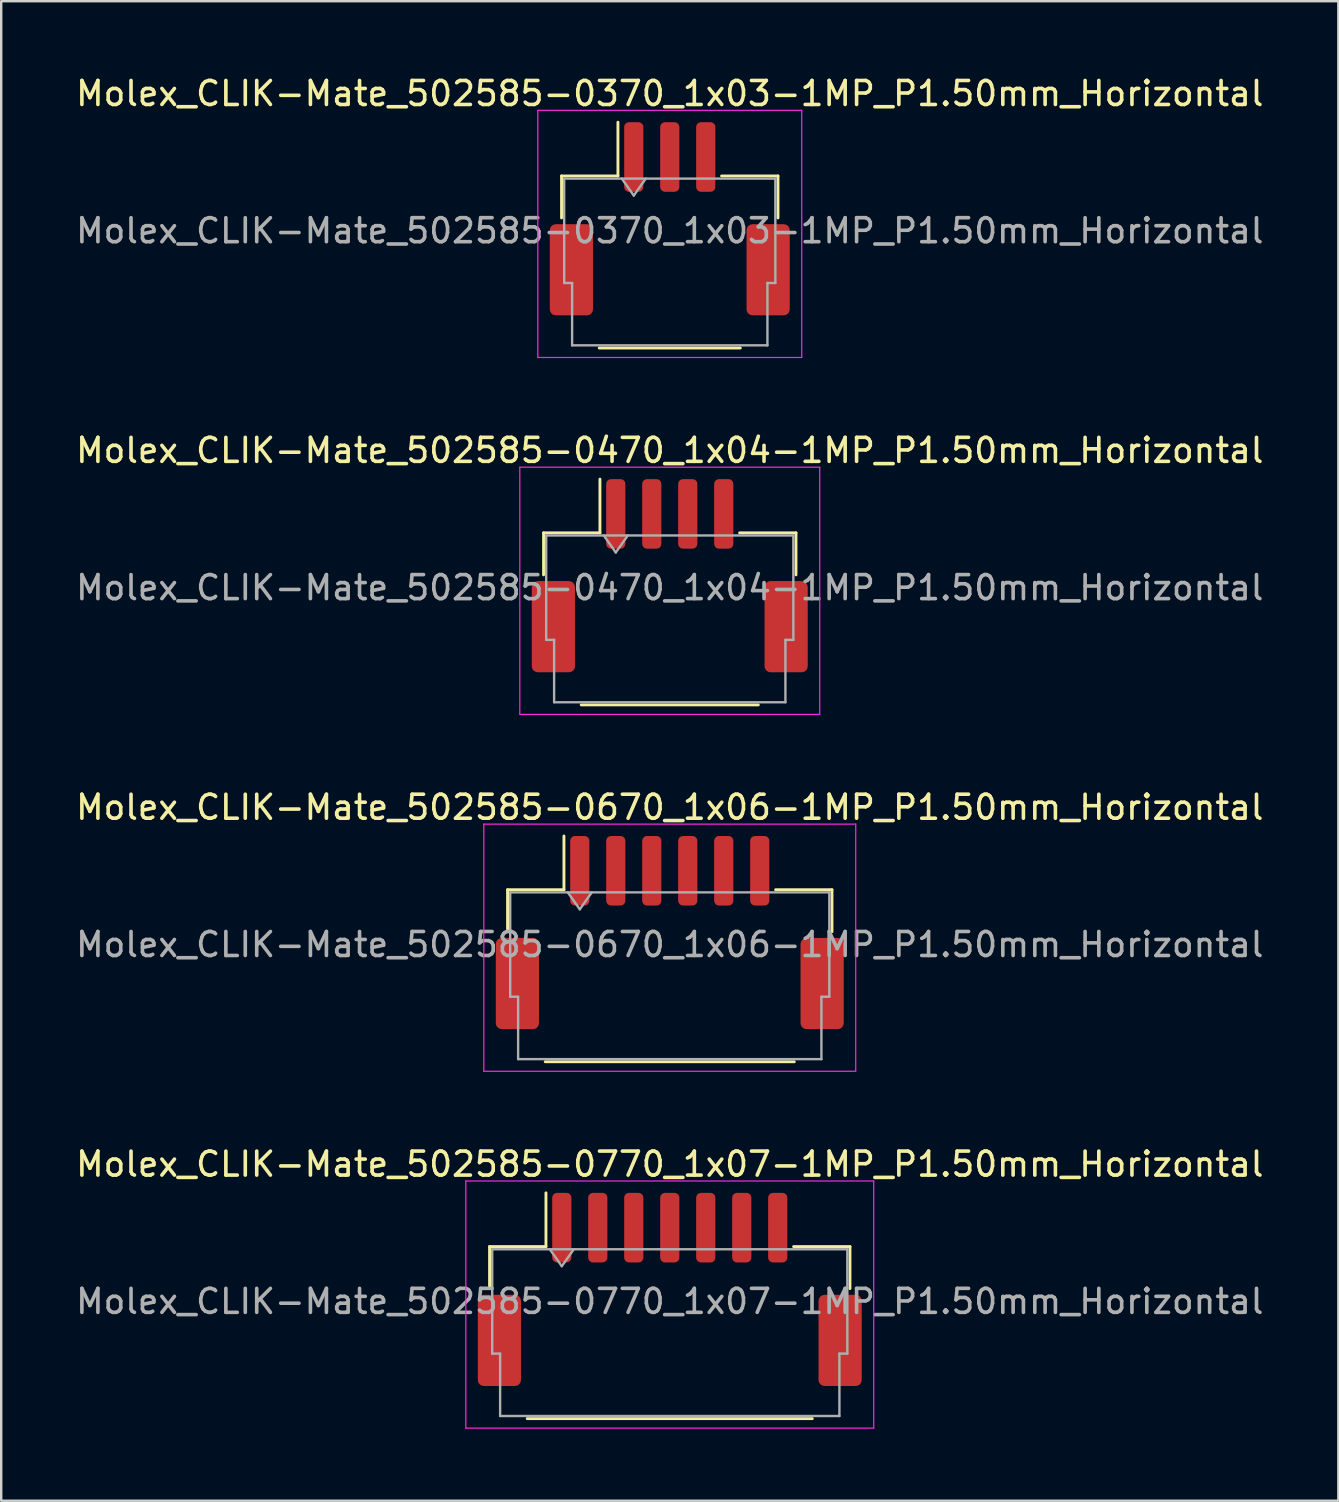
<source format=kicad_pcb>
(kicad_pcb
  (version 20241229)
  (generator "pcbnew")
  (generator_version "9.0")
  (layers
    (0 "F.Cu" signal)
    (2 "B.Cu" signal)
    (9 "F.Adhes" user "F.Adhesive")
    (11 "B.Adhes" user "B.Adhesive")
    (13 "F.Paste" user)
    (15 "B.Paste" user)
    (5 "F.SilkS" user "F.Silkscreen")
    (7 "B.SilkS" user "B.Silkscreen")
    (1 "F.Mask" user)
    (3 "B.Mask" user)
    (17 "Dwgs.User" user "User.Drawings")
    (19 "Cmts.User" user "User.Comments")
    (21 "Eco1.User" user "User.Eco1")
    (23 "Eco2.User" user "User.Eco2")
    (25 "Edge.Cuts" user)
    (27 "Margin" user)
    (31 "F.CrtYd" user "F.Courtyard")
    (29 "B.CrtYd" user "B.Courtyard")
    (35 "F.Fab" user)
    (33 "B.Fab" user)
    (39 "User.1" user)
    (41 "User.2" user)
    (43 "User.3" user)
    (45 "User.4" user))
  (footprint "Molex_CLIK-Mate_502585-0370_1x03-1MP_P1.50mm_Horizontal"
    (layer "F.Cu")
    (at 24.863 6.068)
    (property "Reference" "Molex_CLIK-Mate_502585-0370_1x03-1MP_P1.50mm_Horizontal" (at 0 -5.22 0) (layer "F.SilkS") (effects (font (size 1 1) (thickness 0.15))))
    (attr smd)
    (fp_line (start -4.51 -1.785) (end -2.16 -1.785) (stroke (width 0.12) (type solid)) (layer "F.SilkS"))
    (fp_line (start -4.51 -0.035) (end -4.51 -1.785) (stroke (width 0.12) (type solid)) (layer "F.SilkS"))
    (fp_line (start -2.94 5.385) (end 2.94 5.385) (stroke (width 0.12) (type solid)) (layer "F.SilkS"))
    (fp_line (start -2.16 -1.785) (end -2.16 -4.025) (stroke (width 0.12) (type solid)) (layer "F.SilkS"))
    (fp_line (start 4.51 -1.785) (end 2.16 -1.785) (stroke (width 0.12) (type solid)) (layer "F.SilkS"))
    (fp_line (start 4.51 -0.035) (end 4.51 -1.785) (stroke (width 0.12) (type solid)) (layer "F.SilkS"))
    (fp_line (start -5.5 -4.52) (end -5.5 5.78) (stroke (width 0.05) (type solid)) (layer "F.CrtYd"))
    (fp_line (start -5.5 5.78) (end 5.5 5.78) (stroke (width 0.05) (type solid)) (layer "F.CrtYd"))
    (fp_line (start 5.5 -4.52) (end -5.5 -4.52) (stroke (width 0.05) (type solid)) (layer "F.CrtYd"))
    (fp_line (start 5.5 5.78) (end 5.5 -4.52) (stroke (width 0.05) (type solid)) (layer "F.CrtYd"))
    (fp_line (start -4.4 -1.675) (end -4.4 2.675) (stroke (width 0.1) (type solid)) (layer "F.Fab"))
    (fp_line (start -4.4 -1.675) (end 4.4 -1.675) (stroke (width 0.1) (type solid)) (layer "F.Fab"))
    (fp_line (start -4.4 2.675) (end -4.07 2.675) (stroke (width 0.1) (type solid)) (layer "F.Fab"))
    (fp_line (start -4.07 2.675) (end -4.07 5.275) (stroke (width 0.1) (type solid)) (layer "F.Fab"))
    (fp_line (start -4.07 5.275) (end 4.07 5.275) (stroke (width 0.1) (type solid)) (layer "F.Fab"))
    (fp_line (start -2 -1.675) (end -1.5 -0.968) (stroke (width 0.1) (type solid)) (layer "F.Fab"))
    (fp_line (start -1.5 -0.968) (end -1 -1.675) (stroke (width 0.1) (type solid)) (layer "F.Fab"))
    (fp_line (start 4.07 2.675) (end 4.4 2.675) (stroke (width 0.1) (type solid)) (layer "F.Fab"))
    (fp_line (start 4.07 5.275) (end 4.07 2.675) (stroke (width 0.1) (type solid)) (layer "F.Fab"))
    (fp_line (start 4.4 -1.675) (end 4.4 2.675) (stroke (width 0.1) (type solid)) (layer "F.Fab"))
    (fp_text user "${REFERENCE}" (at 0 0.5 0) (layer "F.Fab") (effects (font (size 1 1) (thickness 0.15))))
    (pad "1" smd roundrect (at -1.5 -2.575) (size 0.8 2.9) (layers "F.Cu" "F.Mask" "F.Paste") (roundrect_rratio 0.25))
    (pad "2" smd roundrect (at 0 -2.575) (size 0.8 2.9) (layers "F.Cu" "F.Mask" "F.Paste") (roundrect_rratio 0.25))
    (pad "3" smd roundrect (at 1.5 -2.575) (size 0.8 2.9) (layers "F.Cu" "F.Mask" "F.Paste") (roundrect_rratio 0.25))
    (pad "MP" smd roundrect (at -4.1 2.125) (size 1.8 3.8) (layers "F.Cu" "F.Mask" "F.Paste") (roundrect_rratio 0.139))
    (pad "MP" smd roundrect (at 4.1 2.125) (size 1.8 3.8) (layers "F.Cu" "F.Mask" "F.Paste") (roundrect_rratio 0.139)))
  (footprint "Molex_CLIK-Mate_502585-0470_1x04-1MP_P1.50mm_Horizontal"
    (layer "F.Cu")
    (at 24.863 20.942)
    (property "Reference" "Molex_CLIK-Mate_502585-0470_1x04-1MP_P1.50mm_Horizontal" (at 0 -5.22 0) (layer "F.SilkS") (effects (font (size 1 1) (thickness 0.15))))
    (attr smd)
    (fp_line (start -5.26 -1.785) (end -2.91 -1.785) (stroke (width 0.12) (type solid)) (layer "F.SilkS"))
    (fp_line (start -5.26 -0.035) (end -5.26 -1.785) (stroke (width 0.12) (type solid)) (layer "F.SilkS"))
    (fp_line (start -3.69 5.385) (end 3.69 5.385) (stroke (width 0.12) (type solid)) (layer "F.SilkS"))
    (fp_line (start -2.91 -1.785) (end -2.91 -4.025) (stroke (width 0.12) (type solid)) (layer "F.SilkS"))
    (fp_line (start 5.26 -1.785) (end 2.91 -1.785) (stroke (width 0.12) (type solid)) (layer "F.SilkS"))
    (fp_line (start 5.26 -0.035) (end 5.26 -1.785) (stroke (width 0.12) (type solid)) (layer "F.SilkS"))
    (fp_line (start -6.25 -4.52) (end -6.25 5.78) (stroke (width 0.05) (type solid)) (layer "F.CrtYd"))
    (fp_line (start -6.25 5.78) (end 6.25 5.78) (stroke (width 0.05) (type solid)) (layer "F.CrtYd"))
    (fp_line (start 6.25 -4.52) (end -6.25 -4.52) (stroke (width 0.05) (type solid)) (layer "F.CrtYd"))
    (fp_line (start 6.25 5.78) (end 6.25 -4.52) (stroke (width 0.05) (type solid)) (layer "F.CrtYd"))
    (fp_line (start -5.15 -1.675) (end -5.15 2.675) (stroke (width 0.1) (type solid)) (layer "F.Fab"))
    (fp_line (start -5.15 -1.675) (end 5.15 -1.675) (stroke (width 0.1) (type solid)) (layer "F.Fab"))
    (fp_line (start -5.15 2.675) (end -4.82 2.675) (stroke (width 0.1) (type solid)) (layer "F.Fab"))
    (fp_line (start -4.82 2.675) (end -4.82 5.275) (stroke (width 0.1) (type solid)) (layer "F.Fab"))
    (fp_line (start -4.82 5.275) (end 4.82 5.275) (stroke (width 0.1) (type solid)) (layer "F.Fab"))
    (fp_line (start -2.75 -1.675) (end -2.25 -0.968) (stroke (width 0.1) (type solid)) (layer "F.Fab"))
    (fp_line (start -2.25 -0.968) (end -1.75 -1.675) (stroke (width 0.1) (type solid)) (layer "F.Fab"))
    (fp_line (start 4.82 2.675) (end 5.15 2.675) (stroke (width 0.1) (type solid)) (layer "F.Fab"))
    (fp_line (start 4.82 5.275) (end 4.82 2.675) (stroke (width 0.1) (type solid)) (layer "F.Fab"))
    (fp_line (start 5.15 -1.675) (end 5.15 2.675) (stroke (width 0.1) (type solid)) (layer "F.Fab"))
    (fp_text user "${REFERENCE}" (at 0 0.5 0) (layer "F.Fab") (effects (font (size 1 1) (thickness 0.15))))
    (pad "1" smd roundrect (at -2.25 -2.575) (size 0.8 2.9) (layers "F.Cu" "F.Mask" "F.Paste") (roundrect_rratio 0.25))
    (pad "2" smd roundrect (at -0.75 -2.575) (size 0.8 2.9) (layers "F.Cu" "F.Mask" "F.Paste") (roundrect_rratio 0.25))
    (pad "3" smd roundrect (at 0.75 -2.575) (size 0.8 2.9) (layers "F.Cu" "F.Mask" "F.Paste") (roundrect_rratio 0.25))
    (pad "4" smd roundrect (at 2.25 -2.575) (size 0.8 2.9) (layers "F.Cu" "F.Mask" "F.Paste") (roundrect_rratio 0.25))
    (pad "MP" smd roundrect (at -4.85 2.125) (size 1.8 3.8) (layers "F.Cu" "F.Mask" "F.Paste") (roundrect_rratio 0.139))
    (pad "MP" smd roundrect (at 4.85 2.125) (size 1.8 3.8) (layers "F.Cu" "F.Mask" "F.Paste") (roundrect_rratio 0.139)))
  (footprint "Molex_CLIK-Mate_502585-0770_1x07-1MP_P1.50mm_Horizontal"
    (layer "F.Cu")
    (at 24.863 50.688)
    (property "Reference" "Molex_CLIK-Mate_502585-0770_1x07-1MP_P1.50mm_Horizontal" (at 0 -5.22 0) (layer "F.SilkS") (effects (font (size 1 1) (thickness 0.15))))
    (attr smd)
    (fp_line (start -7.51 -1.785) (end -5.16 -1.785) (stroke (width 0.12) (type solid)) (layer "F.SilkS"))
    (fp_line (start -7.51 -0.035) (end -7.51 -1.785) (stroke (width 0.12) (type solid)) (layer "F.SilkS"))
    (fp_line (start -5.94 5.385) (end 5.94 5.385) (stroke (width 0.12) (type solid)) (layer "F.SilkS"))
    (fp_line (start -5.16 -1.785) (end -5.16 -4.025) (stroke (width 0.12) (type solid)) (layer "F.SilkS"))
    (fp_line (start 7.51 -1.785) (end 5.16 -1.785) (stroke (width 0.12) (type solid)) (layer "F.SilkS"))
    (fp_line (start 7.51 -0.035) (end 7.51 -1.785) (stroke (width 0.12) (type solid)) (layer "F.SilkS"))
    (fp_line (start -8.5 -4.52) (end -8.5 5.78) (stroke (width 0.05) (type solid)) (layer "F.CrtYd"))
    (fp_line (start -8.5 5.78) (end 8.5 5.78) (stroke (width 0.05) (type solid)) (layer "F.CrtYd"))
    (fp_line (start 8.5 -4.52) (end -8.5 -4.52) (stroke (width 0.05) (type solid)) (layer "F.CrtYd"))
    (fp_line (start 8.5 5.78) (end 8.5 -4.52) (stroke (width 0.05) (type solid)) (layer "F.CrtYd"))
    (fp_line (start -7.4 -1.675) (end -7.4 2.675) (stroke (width 0.1) (type solid)) (layer "F.Fab"))
    (fp_line (start -7.4 -1.675) (end 7.4 -1.675) (stroke (width 0.1) (type solid)) (layer "F.Fab"))
    (fp_line (start -7.4 2.675) (end -7.07 2.675) (stroke (width 0.1) (type solid)) (layer "F.Fab"))
    (fp_line (start -7.07 2.675) (end -7.07 5.275) (stroke (width 0.1) (type solid)) (layer "F.Fab"))
    (fp_line (start -7.07 5.275) (end 7.07 5.275) (stroke (width 0.1) (type solid)) (layer "F.Fab"))
    (fp_line (start -5 -1.675) (end -4.5 -0.968) (stroke (width 0.1) (type solid)) (layer "F.Fab"))
    (fp_line (start -4.5 -0.968) (end -4 -1.675) (stroke (width 0.1) (type solid)) (layer "F.Fab"))
    (fp_line (start 7.07 2.675) (end 7.4 2.675) (stroke (width 0.1) (type solid)) (layer "F.Fab"))
    (fp_line (start 7.07 5.275) (end 7.07 2.675) (stroke (width 0.1) (type solid)) (layer "F.Fab"))
    (fp_line (start 7.4 -1.675) (end 7.4 2.675) (stroke (width 0.1) (type solid)) (layer "F.Fab"))
    (fp_text user "${REFERENCE}" (at 0 0.5 0) (layer "F.Fab") (effects (font (size 1 1) (thickness 0.15))))
    (pad "1" smd roundrect (at -4.5 -2.575) (size 0.8 2.9) (layers "F.Cu" "F.Mask" "F.Paste") (roundrect_rratio 0.25))
    (pad "2" smd roundrect (at -3 -2.575) (size 0.8 2.9) (layers "F.Cu" "F.Mask" "F.Paste") (roundrect_rratio 0.25))
    (pad "3" smd roundrect (at -1.5 -2.575) (size 0.8 2.9) (layers "F.Cu" "F.Mask" "F.Paste") (roundrect_rratio 0.25))
    (pad "4" smd roundrect (at 0 -2.575) (size 0.8 2.9) (layers "F.Cu" "F.Mask" "F.Paste") (roundrect_rratio 0.25))
    (pad "5" smd roundrect (at 1.5 -2.575) (size 0.8 2.9) (layers "F.Cu" "F.Mask" "F.Paste") (roundrect_rratio 0.25))
    (pad "6" smd roundrect (at 3 -2.575) (size 0.8 2.9) (layers "F.Cu" "F.Mask" "F.Paste") (roundrect_rratio 0.25))
    (pad "7" smd roundrect (at 4.5 -2.575) (size 0.8 2.9) (layers "F.Cu" "F.Mask" "F.Paste") (roundrect_rratio 0.25))
    (pad "MP" smd roundrect (at -7.1 2.125) (size 1.8 3.8) (layers "F.Cu" "F.Mask" "F.Paste") (roundrect_rratio 0.139))
    (pad "MP" smd roundrect (at 7.1 2.125) (size 1.8 3.8) (layers "F.Cu" "F.Mask" "F.Paste") (roundrect_rratio 0.139)))
  (footprint "Molex_CLIK-Mate_502585-0670_1x06-1MP_P1.50mm_Horizontal"
    (layer "F.Cu")
    (at 24.863 35.815)
    (property "Reference" "Molex_CLIK-Mate_502585-0670_1x06-1MP_P1.50mm_Horizontal" (at 0 -5.22 0) (layer "F.SilkS") (effects (font (size 1 1) (thickness 0.15))))
    (attr smd)
    (fp_line (start -6.76 -1.785) (end -4.41 -1.785) (stroke (width 0.12) (type solid)) (layer "F.SilkS"))
    (fp_line (start -6.76 -0.035) (end -6.76 -1.785) (stroke (width 0.12) (type solid)) (layer "F.SilkS"))
    (fp_line (start -5.19 5.385) (end 5.19 5.385) (stroke (width 0.12) (type solid)) (layer "F.SilkS"))
    (fp_line (start -4.41 -1.785) (end -4.41 -4.025) (stroke (width 0.12) (type solid)) (layer "F.SilkS"))
    (fp_line (start 6.76 -1.785) (end 4.41 -1.785) (stroke (width 0.12) (type solid)) (layer "F.SilkS"))
    (fp_line (start 6.76 -0.035) (end 6.76 -1.785) (stroke (width 0.12) (type solid)) (layer "F.SilkS"))
    (fp_line (start -7.75 -4.52) (end -7.75 5.78) (stroke (width 0.05) (type solid)) (layer "F.CrtYd"))
    (fp_line (start -7.75 5.78) (end 7.75 5.78) (stroke (width 0.05) (type solid)) (layer "F.CrtYd"))
    (fp_line (start 7.75 -4.52) (end -7.75 -4.52) (stroke (width 0.05) (type solid)) (layer "F.CrtYd"))
    (fp_line (start 7.75 5.78) (end 7.75 -4.52) (stroke (width 0.05) (type solid)) (layer "F.CrtYd"))
    (fp_line (start -6.65 -1.675) (end -6.65 2.675) (stroke (width 0.1) (type solid)) (layer "F.Fab"))
    (fp_line (start -6.65 -1.675) (end 6.65 -1.675) (stroke (width 0.1) (type solid)) (layer "F.Fab"))
    (fp_line (start -6.65 2.675) (end -6.32 2.675) (stroke (width 0.1) (type solid)) (layer "F.Fab"))
    (fp_line (start -6.32 2.675) (end -6.32 5.275) (stroke (width 0.1) (type solid)) (layer "F.Fab"))
    (fp_line (start -6.32 5.275) (end 6.32 5.275) (stroke (width 0.1) (type solid)) (layer "F.Fab"))
    (fp_line (start -4.25 -1.675) (end -3.75 -0.968) (stroke (width 0.1) (type solid)) (layer "F.Fab"))
    (fp_line (start -3.75 -0.968) (end -3.25 -1.675) (stroke (width 0.1) (type solid)) (layer "F.Fab"))
    (fp_line (start 6.32 2.675) (end 6.65 2.675) (stroke (width 0.1) (type solid)) (layer "F.Fab"))
    (fp_line (start 6.32 5.275) (end 6.32 2.675) (stroke (width 0.1) (type solid)) (layer "F.Fab"))
    (fp_line (start 6.65 -1.675) (end 6.65 2.675) (stroke (width 0.1) (type solid)) (layer "F.Fab"))
    (fp_text user "${REFERENCE}" (at 0 0.5 0) (layer "F.Fab") (effects (font (size 1 1) (thickness 0.15))))
    (pad "1" smd roundrect (at -3.75 -2.575) (size 0.8 2.9) (layers "F.Cu" "F.Mask" "F.Paste") (roundrect_rratio 0.25))
    (pad "2" smd roundrect (at -2.25 -2.575) (size 0.8 2.9) (layers "F.Cu" "F.Mask" "F.Paste") (roundrect_rratio 0.25))
    (pad "3" smd roundrect (at -0.75 -2.575) (size 0.8 2.9) (layers "F.Cu" "F.Mask" "F.Paste") (roundrect_rratio 0.25))
    (pad "4" smd roundrect (at 0.75 -2.575) (size 0.8 2.9) (layers "F.Cu" "F.Mask" "F.Paste") (roundrect_rratio 0.25))
    (pad "5" smd roundrect (at 2.25 -2.575) (size 0.8 2.9) (layers "F.Cu" "F.Mask" "F.Paste") (roundrect_rratio 0.25))
    (pad "6" smd roundrect (at 3.75 -2.575) (size 0.8 2.9) (layers "F.Cu" "F.Mask" "F.Paste") (roundrect_rratio 0.25))
    (pad "MP" smd roundrect (at -6.35 2.125) (size 1.8 3.8) (layers "F.Cu" "F.Mask" "F.Paste") (roundrect_rratio 0.139))
    (pad "MP" smd roundrect (at 6.35 2.125) (size 1.8 3.8) (layers "F.Cu" "F.Mask" "F.Paste") (roundrect_rratio 0.139)))
  (gr_rect
    (start -3 -3)
    (end 52.726 59.493)
    (stroke (width 0.1) (type default))
    (fill no)
    (layer "Edge.Cuts")))
</source>
